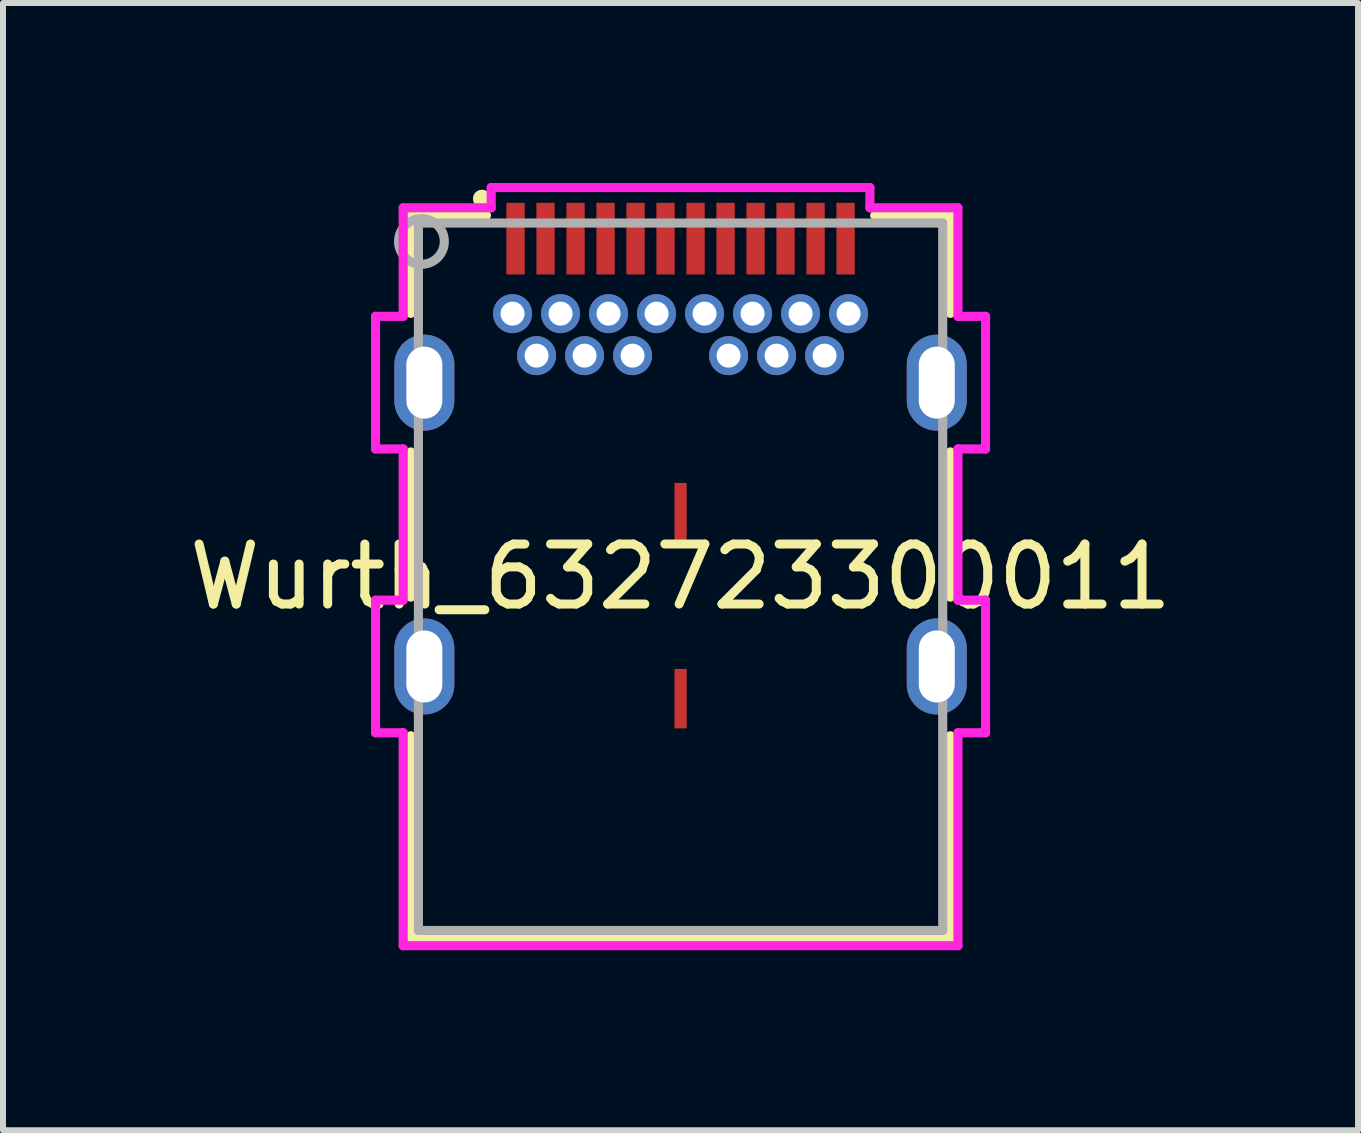
<source format=kicad_pcb>
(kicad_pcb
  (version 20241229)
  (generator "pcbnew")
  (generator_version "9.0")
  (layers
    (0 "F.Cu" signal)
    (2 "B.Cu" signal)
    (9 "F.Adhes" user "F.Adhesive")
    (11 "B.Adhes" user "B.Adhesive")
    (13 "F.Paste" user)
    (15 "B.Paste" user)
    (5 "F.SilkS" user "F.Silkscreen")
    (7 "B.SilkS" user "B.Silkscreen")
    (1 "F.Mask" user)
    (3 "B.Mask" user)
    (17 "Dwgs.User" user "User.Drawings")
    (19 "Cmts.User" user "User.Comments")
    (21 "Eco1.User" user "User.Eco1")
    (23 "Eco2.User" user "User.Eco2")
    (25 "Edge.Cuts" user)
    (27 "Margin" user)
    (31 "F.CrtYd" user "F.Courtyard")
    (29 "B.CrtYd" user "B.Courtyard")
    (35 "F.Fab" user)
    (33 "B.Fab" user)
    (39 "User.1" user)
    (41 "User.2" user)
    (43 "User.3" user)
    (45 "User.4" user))
  (footprint "Wurth_632723300011"
    (layer "F.Cu")
    (at 8.292 6.562)
    (property "Reference" "Wurth_632723300011" (at 0 0 0) (layer "F.SilkS") (effects (font (size 1 1) (thickness 0.15))))
    (attr through_hole)
    (fp_line (start -4.496 -6.022) (end -3.235 -6.022) (stroke (width 0.152) (type solid)) (layer "F.SilkS"))
    (fp_line (start -4.496 -4.39) (end -4.496 -6.022) (stroke (width 0.152) (type solid)) (layer "F.SilkS"))
    (fp_line (start -4.496 0.34) (end -4.496 -2.08) (stroke (width 0.152) (type solid)) (layer "F.SilkS"))
    (fp_line (start -4.496 6.022) (end -4.496 2.65) (stroke (width 0.152) (type solid)) (layer "F.SilkS"))
    (fp_line (start 3.235 -6.022) (end 4.496 -6.022) (stroke (width 0.152) (type solid)) (layer "F.SilkS"))
    (fp_line (start 4.496 -6.022) (end 4.496 -4.39) (stroke (width 0.152) (type solid)) (layer "F.SilkS"))
    (fp_line (start 4.496 -2.08) (end 4.496 0.34) (stroke (width 0.152) (type solid)) (layer "F.SilkS"))
    (fp_line (start 4.496 2.65) (end 4.496 6.022) (stroke (width 0.152) (type solid)) (layer "F.SilkS"))
    (fp_line (start 4.496 6.022) (end -4.496 6.022) (stroke (width 0.152) (type solid)) (layer "F.SilkS"))
    (fp_circle (center -3.31 -6.3) (end -3.21 -6.3) (stroke (width 0.1) (type solid)) (fill yes) (layer "F.SilkS"))
    (fp_line (start -5.083 -4.34) (end -5.083 -2.13) (stroke (width 0.152) (type solid)) (layer "F.CrtYd"))
    (fp_line (start -5.083 -2.13) (end -4.623 -2.13) (stroke (width 0.152) (type solid)) (layer "F.CrtYd"))
    (fp_line (start -5.083 0.39) (end -5.083 2.6) (stroke (width 0.152) (type solid)) (layer "F.CrtYd"))
    (fp_line (start -5.083 2.6) (end -4.623 2.6) (stroke (width 0.152) (type solid)) (layer "F.CrtYd"))
    (fp_line (start -4.623 -6.149) (end -4.623 -4.34) (stroke (width 0.152) (type solid)) (layer "F.CrtYd"))
    (fp_line (start -4.623 -4.34) (end -5.083 -4.34) (stroke (width 0.152) (type solid)) (layer "F.CrtYd"))
    (fp_line (start -4.623 -2.13) (end -4.623 0.39) (stroke (width 0.152) (type solid)) (layer "F.CrtYd"))
    (fp_line (start -4.623 0.39) (end -5.083 0.39) (stroke (width 0.152) (type solid)) (layer "F.CrtYd"))
    (fp_line (start -4.623 2.6) (end -4.623 6.149) (stroke (width 0.152) (type solid)) (layer "F.CrtYd"))
    (fp_line (start -4.623 6.149) (end 4.623 6.149) (stroke (width 0.152) (type solid)) (layer "F.CrtYd"))
    (fp_line (start -3.156 -6.486) (end -3.156 -6.149) (stroke (width 0.152) (type solid)) (layer "F.CrtYd"))
    (fp_line (start -3.156 -6.149) (end -4.623 -6.149) (stroke (width 0.152) (type solid)) (layer "F.CrtYd"))
    (fp_line (start 3.156 -6.486) (end -3.156 -6.486) (stroke (width 0.152) (type solid)) (layer "F.CrtYd"))
    (fp_line (start 3.156 -6.149) (end 3.156 -6.486) (stroke (width 0.152) (type solid)) (layer "F.CrtYd"))
    (fp_line (start 4.623 -6.149) (end 3.156 -6.149) (stroke (width 0.152) (type solid)) (layer "F.CrtYd"))
    (fp_line (start 4.623 -4.34) (end 4.623 -6.149) (stroke (width 0.152) (type solid)) (layer "F.CrtYd"))
    (fp_line (start 4.623 -2.13) (end 5.083 -2.13) (stroke (width 0.152) (type solid)) (layer "F.CrtYd"))
    (fp_line (start 4.623 0.39) (end 4.623 -2.13) (stroke (width 0.152) (type solid)) (layer "F.CrtYd"))
    (fp_line (start 4.623 2.6) (end 5.083 2.6) (stroke (width 0.152) (type solid)) (layer "F.CrtYd"))
    (fp_line (start 4.623 6.149) (end 4.623 2.6) (stroke (width 0.152) (type solid)) (layer "F.CrtYd"))
    (fp_line (start 5.083 -4.34) (end 4.623 -4.34) (stroke (width 0.152) (type solid)) (layer "F.CrtYd"))
    (fp_line (start 5.083 -2.13) (end 5.083 -4.34) (stroke (width 0.152) (type solid)) (layer "F.CrtYd"))
    (fp_line (start 5.083 0.39) (end 4.623 0.39) (stroke (width 0.152) (type solid)) (layer "F.CrtYd"))
    (fp_line (start 5.083 2.6) (end 5.083 0.39) (stroke (width 0.152) (type solid)) (layer "F.CrtYd"))
    (fp_line (start -4.369 -5.895) (end -4.369 5.895) (stroke (width 0.152) (type solid)) (layer "F.Fab"))
    (fp_line (start -4.369 5.895) (end 4.369 5.895) (stroke (width 0.152) (type solid)) (layer "F.Fab"))
    (fp_line (start 4.369 -5.895) (end -4.369 -5.895) (stroke (width 0.152) (type solid)) (layer "F.Fab"))
    (fp_line (start 4.369 5.895) (end 4.369 -5.895) (stroke (width 0.152) (type solid)) (layer "F.Fab"))
    (fp_circle (center -4.318 -5.588) (end -3.937 -5.588) (stroke (width 0.152) (type solid)) (fill no) (layer "F.Fab"))
    (pad "A1" smd rect (at -2.75 -5.635 90) (size 1.194 0.305) (layers "F.Cu" "F.Mask" "F.Paste"))
    (pad "A2" smd rect (at -2.25 -5.635 90) (size 1.194 0.305) (layers "F.Cu" "F.Mask" "F.Paste"))
    (pad "A3" smd rect (at -1.75 -5.635 90) (size 1.194 0.305) (layers "F.Cu" "F.Mask" "F.Paste"))
    (pad "A4" smd rect (at -1.25 -5.635 90) (size 1.194 0.305) (layers "F.Cu" "F.Mask" "F.Paste"))
    (pad "A5" smd rect (at -0.75 -5.635 90) (size 1.194 0.305) (layers "F.Cu" "F.Mask" "F.Paste"))
    (pad "A6" smd rect (at -0.25 -5.635 90) (size 1.194 0.305) (layers "F.Cu" "F.Mask" "F.Paste"))
    (pad "A7" smd rect (at 0.25 -5.635 90) (size 1.194 0.305) (layers "F.Cu" "F.Mask" "F.Paste"))
    (pad "A8" smd rect (at 0.75 -5.635 90) (size 1.194 0.305) (layers "F.Cu" "F.Mask" "F.Paste"))
    (pad "A9" smd rect (at 1.25 -5.635 90) (size 1.194 0.305) (layers "F.Cu" "F.Mask" "F.Paste"))
    (pad "A10" smd rect (at 1.75 -5.635 90) (size 1.194 0.305) (layers "F.Cu" "F.Mask" "F.Paste"))
    (pad "A11" smd rect (at 2.25 -5.635 90) (size 1.194 0.305) (layers "F.Cu" "F.Mask" "F.Paste"))
    (pad "A12" smd rect (at 2.75 -5.635 90) (size 1.194 0.305) (layers "F.Cu" "F.Mask" "F.Paste"))
    (pad "B1" thru_hole circle (at 2.8 -4.385) (size 0.65 0.65) (drill 0.4) (layers "*.Cu" "*.Mask" "F.Paste"))
    (pad "B2" thru_hole circle (at 2.4 -3.685) (size 0.65 0.65) (drill 0.4) (layers "*.Cu" "*.Mask" "F.Paste"))
    (pad "B3" thru_hole circle (at 1.6 -3.685) (size 0.65 0.65) (drill 0.4) (layers "*.Cu" "*.Mask" "F.Paste"))
    (pad "B4" thru_hole circle (at 1.2 -4.385) (size 0.65 0.65) (drill 0.4) (layers "*.Cu" "*.Mask" "F.Paste"))
    (pad "B5" thru_hole circle (at 0.8 -3.685) (size 0.65 0.65) (drill 0.4) (layers "*.Cu" "*.Mask" "F.Paste"))
    (pad "B6" thru_hole circle (at 0.4 -4.385) (size 0.65 0.65) (drill 0.4) (layers "*.Cu" "*.Mask" "F.Paste"))
    (pad "B7" thru_hole circle (at -0.4 -4.385) (size 0.65 0.65) (drill 0.4) (layers "*.Cu" "*.Mask" "F.Paste"))
    (pad "B8" thru_hole circle (at -0.8 -3.685) (size 0.65 0.65) (drill 0.4) (layers "*.Cu" "*.Mask" "F.Paste"))
    (pad "B9" thru_hole circle (at -1.2 -4.385) (size 0.65 0.65) (drill 0.4) (layers "*.Cu" "*.Mask" "F.Paste"))
    (pad "B10" thru_hole circle (at -1.6 -3.685) (size 0.65 0.65) (drill 0.4) (layers "*.Cu" "*.Mask" "F.Paste"))
    (pad "B11" thru_hole circle (at -2.4 -3.685) (size 0.65 0.65) (drill 0.4) (layers "*.Cu" "*.Mask" "F.Paste"))
    (pad "B12" thru_hole circle (at -2.8 -4.385) (size 0.65 0.65) (drill 0.4) (layers "*.Cu" "*.Mask" "F.Paste"))
    (pad "S1" thru_hole oval (at -4.27 -3.235 90) (size 1.6 1) (drill oval 1.2 0.6) (layers "*.Cu" "*.Mask" "F.Paste"))
    (pad "S1" thru_hole oval (at -4.27 1.495 90) (size 1.6 1) (drill oval 1.2 0.6) (layers "*.Cu" "*.Mask" "F.Paste"))
    (pad "S1" thru_hole circle (at -2 -4.385) (size 0.65 0.65) (drill 0.4) (layers "*.Cu" "*.Mask" "F.Paste"))
    (pad "S1" smd rect (at 0 -1.068) (size 0.203 0.991) (layers "F.Cu" "F.Mask" "F.Paste"))
    (pad "S1" smd rect (at 0 2.032) (size 0.203 0.991) (layers "F.Cu" "F.Mask" "F.Paste"))
    (pad "S1" thru_hole circle (at 2 -4.385) (size 0.65 0.65) (drill 0.4) (layers "*.Cu" "*.Mask" "F.Paste"))
    (pad "S1" thru_hole oval (at 4.27 -3.235 90) (size 1.6 1) (drill oval 1.2 0.6) (layers "*.Cu" "*.Mask" "F.Paste"))
    (pad "S1" thru_hole oval (at 4.27 1.495 90) (size 1.6 1) (drill oval 1.2 0.6) (layers "*.Cu" "*.Mask" "F.Paste")))
  (gr_rect
    (start -3 -3)
    (end 19.583 15.787)
    (stroke (width 0.1) (type default))
    (fill no)
    (layer "Edge.Cuts")))
</source>
